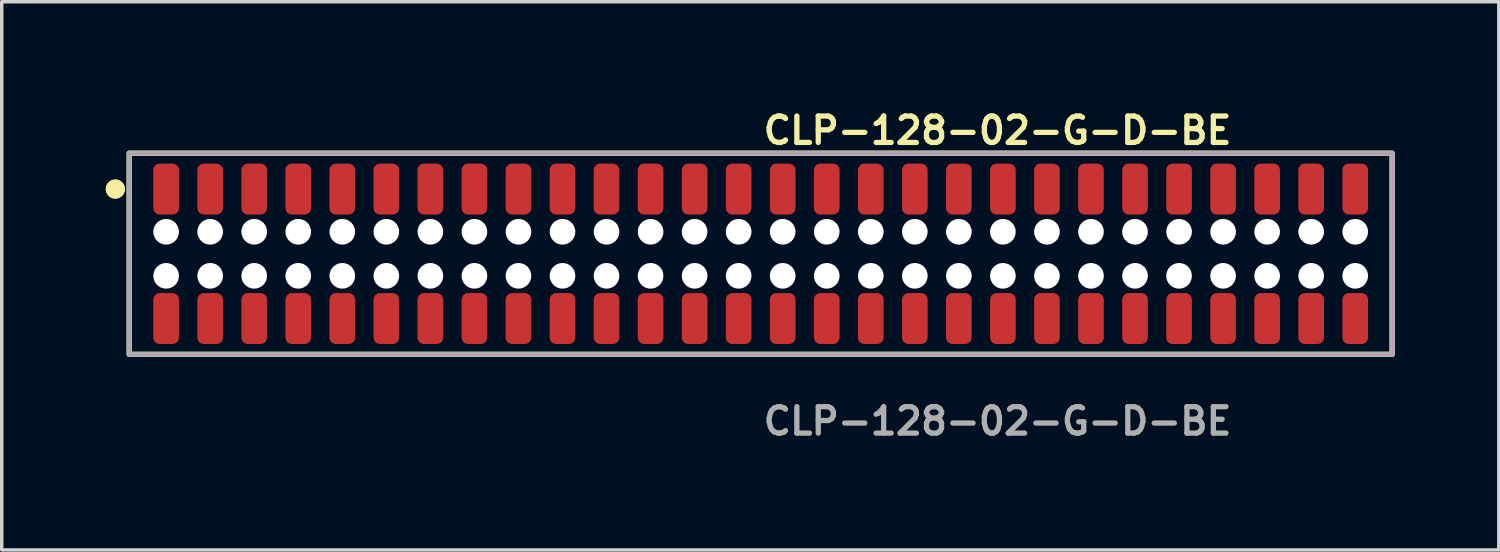
<source format=kicad_pcb>
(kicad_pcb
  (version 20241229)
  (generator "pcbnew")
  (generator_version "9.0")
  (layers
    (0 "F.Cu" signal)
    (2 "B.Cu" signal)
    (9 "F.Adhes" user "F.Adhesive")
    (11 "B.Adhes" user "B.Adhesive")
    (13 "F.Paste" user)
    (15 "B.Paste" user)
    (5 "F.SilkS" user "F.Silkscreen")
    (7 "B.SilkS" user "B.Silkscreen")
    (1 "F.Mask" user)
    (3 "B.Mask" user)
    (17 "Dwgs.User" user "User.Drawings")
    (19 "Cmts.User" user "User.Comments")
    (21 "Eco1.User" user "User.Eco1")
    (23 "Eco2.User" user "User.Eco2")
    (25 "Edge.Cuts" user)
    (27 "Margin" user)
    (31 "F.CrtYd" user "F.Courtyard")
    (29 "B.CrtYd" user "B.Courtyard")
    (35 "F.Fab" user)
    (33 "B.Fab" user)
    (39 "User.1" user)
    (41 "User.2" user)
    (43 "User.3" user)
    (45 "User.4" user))
  (footprint "CLP-128-02-G-D-BE"
    (layer "F.Cu")
    (at 18.886 4.269)
    (property "Reference" "CLP-128-02-G-D-BE" (at 0 -3.556 0) (unlocked yes) (layer "F.SilkS") (effects (font (size 0.762 0.762) (thickness 0.152)) (justify left)))
    (fp_rect (start -18.21 2.9) (end 18.21 -2.9) (stroke (width 0.152) (type solid)) (fill no) (layer "F.SilkS"))
    (fp_circle (center -18.61 -1.867) (end -18.81 -1.867) (stroke (width 0.152) (type solid)) (fill yes) (layer "F.SilkS"))
    (fp_circle (center -18.61 -1.867) (end -18.81 -1.867) (stroke (width 0.152) (type solid)) (fill yes) (layer "F.SilkS"))
    (fp_rect (start -18.21 2.9) (end 18.21 -2.9) (stroke (width 0.006) (type solid)) (fill no) (layer "F.CrtYd"))
    (fp_rect (start -18.21 2.9) (end 18.21 -2.9) (stroke (width 0.152) (type solid)) (fill no) (layer "F.Fab"))
    (fp_text user "${REFERENCE}" (at 0 4.826 0) (unlocked yes) (layer "F.Fab") (effects (font (size 0.762 0.762) (thickness 0.152)) (justify left)))
    (pad "" np_thru_hole circle (at -17.145 -0.635) (size 0.74 0.74) (drill 0.74) (layers "*.Cu" "*.Mask"))
    (pad "" np_thru_hole circle (at -17.145 0.635) (size 0.74 0.74) (drill 0.74) (layers "*.Cu" "*.Mask"))
    (pad "" np_thru_hole circle (at -15.875 -0.635) (size 0.74 0.74) (drill 0.74) (layers "*.Cu" "*.Mask"))
    (pad "" np_thru_hole circle (at -15.875 0.635) (size 0.74 0.74) (drill 0.74) (layers "*.Cu" "*.Mask"))
    (pad "" np_thru_hole circle (at -14.605 -0.635) (size 0.74 0.74) (drill 0.74) (layers "*.Cu" "*.Mask"))
    (pad "" np_thru_hole circle (at -14.605 0.635) (size 0.74 0.74) (drill 0.74) (layers "*.Cu" "*.Mask"))
    (pad "" np_thru_hole circle (at -13.335 -0.635) (size 0.74 0.74) (drill 0.74) (layers "*.Cu" "*.Mask"))
    (pad "" np_thru_hole circle (at -13.335 0.635) (size 0.74 0.74) (drill 0.74) (layers "*.Cu" "*.Mask"))
    (pad "" np_thru_hole circle (at -12.065 -0.635) (size 0.74 0.74) (drill 0.74) (layers "*.Cu" "*.Mask"))
    (pad "" np_thru_hole circle (at -12.065 0.635) (size 0.74 0.74) (drill 0.74) (layers "*.Cu" "*.Mask"))
    (pad "" np_thru_hole circle (at -10.795 -0.635) (size 0.74 0.74) (drill 0.74) (layers "*.Cu" "*.Mask"))
    (pad "" np_thru_hole circle (at -10.795 0.635) (size 0.74 0.74) (drill 0.74) (layers "*.Cu" "*.Mask"))
    (pad "" np_thru_hole circle (at -9.525 -0.635) (size 0.74 0.74) (drill 0.74) (layers "*.Cu" "*.Mask"))
    (pad "" np_thru_hole circle (at -9.525 0.635) (size 0.74 0.74) (drill 0.74) (layers "*.Cu" "*.Mask"))
    (pad "" np_thru_hole circle (at -8.255 -0.635) (size 0.74 0.74) (drill 0.74) (layers "*.Cu" "*.Mask"))
    (pad "" np_thru_hole circle (at -8.255 0.635) (size 0.74 0.74) (drill 0.74) (layers "*.Cu" "*.Mask"))
    (pad "" np_thru_hole circle (at -6.985 -0.635) (size 0.74 0.74) (drill 0.74) (layers "*.Cu" "*.Mask"))
    (pad "" np_thru_hole circle (at -6.985 0.635) (size 0.74 0.74) (drill 0.74) (layers "*.Cu" "*.Mask"))
    (pad "" np_thru_hole circle (at -5.715 -0.635) (size 0.74 0.74) (drill 0.74) (layers "*.Cu" "*.Mask"))
    (pad "" np_thru_hole circle (at -5.715 0.635) (size 0.74 0.74) (drill 0.74) (layers "*.Cu" "*.Mask"))
    (pad "" np_thru_hole circle (at -4.445 -0.635) (size 0.74 0.74) (drill 0.74) (layers "*.Cu" "*.Mask"))
    (pad "" np_thru_hole circle (at -4.445 0.635) (size 0.74 0.74) (drill 0.74) (layers "*.Cu" "*.Mask"))
    (pad "" np_thru_hole circle (at -3.175 -0.635) (size 0.74 0.74) (drill 0.74) (layers "*.Cu" "*.Mask"))
    (pad "" np_thru_hole circle (at -3.175 0.635) (size 0.74 0.74) (drill 0.74) (layers "*.Cu" "*.Mask"))
    (pad "" np_thru_hole circle (at -1.905 -0.635) (size 0.74 0.74) (drill 0.74) (layers "*.Cu" "*.Mask"))
    (pad "" np_thru_hole circle (at -1.905 0.635) (size 0.74 0.74) (drill 0.74) (layers "*.Cu" "*.Mask"))
    (pad "" np_thru_hole circle (at -0.635 -0.635) (size 0.74 0.74) (drill 0.74) (layers "*.Cu" "*.Mask"))
    (pad "" np_thru_hole circle (at -0.635 0.635) (size 0.74 0.74) (drill 0.74) (layers "*.Cu" "*.Mask"))
    (pad "" np_thru_hole circle (at 0.635 -0.635) (size 0.74 0.74) (drill 0.74) (layers "*.Cu" "*.Mask"))
    (pad "" np_thru_hole circle (at 0.635 0.635) (size 0.74 0.74) (drill 0.74) (layers "*.Cu" "*.Mask"))
    (pad "" np_thru_hole circle (at 1.905 -0.635) (size 0.74 0.74) (drill 0.74) (layers "*.Cu" "*.Mask"))
    (pad "" np_thru_hole circle (at 1.905 0.635) (size 0.74 0.74) (drill 0.74) (layers "*.Cu" "*.Mask"))
    (pad "" np_thru_hole circle (at 3.175 -0.635) (size 0.74 0.74) (drill 0.74) (layers "*.Cu" "*.Mask"))
    (pad "" np_thru_hole circle (at 3.175 0.635) (size 0.74 0.74) (drill 0.74) (layers "*.Cu" "*.Mask"))
    (pad "" np_thru_hole circle (at 4.445 -0.635) (size 0.74 0.74) (drill 0.74) (layers "*.Cu" "*.Mask"))
    (pad "" np_thru_hole circle (at 4.445 0.635) (size 0.74 0.74) (drill 0.74) (layers "*.Cu" "*.Mask"))
    (pad "" np_thru_hole circle (at 5.715 -0.635) (size 0.74 0.74) (drill 0.74) (layers "*.Cu" "*.Mask"))
    (pad "" np_thru_hole circle (at 5.715 0.635) (size 0.74 0.74) (drill 0.74) (layers "*.Cu" "*.Mask"))
    (pad "" np_thru_hole circle (at 6.985 -0.635) (size 0.74 0.74) (drill 0.74) (layers "*.Cu" "*.Mask"))
    (pad "" np_thru_hole circle (at 6.985 0.635) (size 0.74 0.74) (drill 0.74) (layers "*.Cu" "*.Mask"))
    (pad "" np_thru_hole circle (at 8.255 -0.635) (size 0.74 0.74) (drill 0.74) (layers "*.Cu" "*.Mask"))
    (pad "" np_thru_hole circle (at 8.255 0.635) (size 0.74 0.74) (drill 0.74) (layers "*.Cu" "*.Mask"))
    (pad "" np_thru_hole circle (at 9.525 -0.635) (size 0.74 0.74) (drill 0.74) (layers "*.Cu" "*.Mask"))
    (pad "" np_thru_hole circle (at 9.525 0.635) (size 0.74 0.74) (drill 0.74) (layers "*.Cu" "*.Mask"))
    (pad "" np_thru_hole circle (at 10.795 -0.635) (size 0.74 0.74) (drill 0.74) (layers "*.Cu" "*.Mask"))
    (pad "" np_thru_hole circle (at 10.795 0.635) (size 0.74 0.74) (drill 0.74) (layers "*.Cu" "*.Mask"))
    (pad "" np_thru_hole circle (at 12.065 -0.635) (size 0.74 0.74) (drill 0.74) (layers "*.Cu" "*.Mask"))
    (pad "" np_thru_hole circle (at 12.065 0.635) (size 0.74 0.74) (drill 0.74) (layers "*.Cu" "*.Mask"))
    (pad "" np_thru_hole circle (at 13.335 -0.635) (size 0.74 0.74) (drill 0.74) (layers "*.Cu" "*.Mask"))
    (pad "" np_thru_hole circle (at 13.335 0.635) (size 0.74 0.74) (drill 0.74) (layers "*.Cu" "*.Mask"))
    (pad "" np_thru_hole circle (at 14.605 -0.635) (size 0.74 0.74) (drill 0.74) (layers "*.Cu" "*.Mask"))
    (pad "" np_thru_hole circle (at 14.605 0.635) (size 0.74 0.74) (drill 0.74) (layers "*.Cu" "*.Mask"))
    (pad "" np_thru_hole circle (at 15.875 -0.635) (size 0.74 0.74) (drill 0.74) (layers "*.Cu" "*.Mask"))
    (pad "" np_thru_hole circle (at 15.875 0.635) (size 0.74 0.74) (drill 0.74) (layers "*.Cu" "*.Mask"))
    (pad "" np_thru_hole circle (at 17.145 -0.635) (size 0.74 0.74) (drill 0.74) (layers "*.Cu" "*.Mask"))
    (pad "" np_thru_hole circle (at 17.145 0.635) (size 0.74 0.74) (drill 0.74) (layers "*.Cu" "*.Mask"))
    (pad "1" smd roundrect (at -17.145 -1.867) (size 0.74 1.47) (layers "F.Cu" "F.Paste") (roundrect_rratio 0.25))
    (pad "2" smd roundrect (at -17.145 1.867) (size 0.74 1.47) (layers "F.Cu" "F.Paste") (roundrect_rratio 0.25))
    (pad "3" smd roundrect (at -15.875 -1.867) (size 0.74 1.47) (layers "F.Cu" "F.Paste") (roundrect_rratio 0.25))
    (pad "4" smd roundrect (at -15.875 1.867) (size 0.74 1.47) (layers "F.Cu" "F.Paste") (roundrect_rratio 0.25))
    (pad "5" smd roundrect (at -14.605 -1.867) (size 0.74 1.47) (layers "F.Cu" "F.Paste") (roundrect_rratio 0.25))
    (pad "6" smd roundrect (at -14.605 1.867) (size 0.74 1.47) (layers "F.Cu" "F.Paste") (roundrect_rratio 0.25))
    (pad "7" smd roundrect (at -13.335 -1.867) (size 0.74 1.47) (layers "F.Cu" "F.Paste") (roundrect_rratio 0.25))
    (pad "8" smd roundrect (at -13.335 1.867) (size 0.74 1.47) (layers "F.Cu" "F.Paste") (roundrect_rratio 0.25))
    (pad "9" smd roundrect (at -12.065 -1.867) (size 0.74 1.47) (layers "F.Cu" "F.Paste") (roundrect_rratio 0.25))
    (pad "10" smd roundrect (at -12.065 1.867) (size 0.74 1.47) (layers "F.Cu" "F.Paste") (roundrect_rratio 0.25))
    (pad "11" smd roundrect (at -10.795 -1.867) (size 0.74 1.47) (layers "F.Cu" "F.Paste") (roundrect_rratio 0.25))
    (pad "12" smd roundrect (at -10.795 1.867) (size 0.74 1.47) (layers "F.Cu" "F.Paste") (roundrect_rratio 0.25))
    (pad "13" smd roundrect (at -9.525 -1.867) (size 0.74 1.47) (layers "F.Cu" "F.Paste") (roundrect_rratio 0.25))
    (pad "14" smd roundrect (at -9.525 1.867) (size 0.74 1.47) (layers "F.Cu" "F.Paste") (roundrect_rratio 0.25))
    (pad "15" smd roundrect (at -8.255 -1.867) (size 0.74 1.47) (layers "F.Cu" "F.Paste") (roundrect_rratio 0.25))
    (pad "16" smd roundrect (at -8.255 1.867) (size 0.74 1.47) (layers "F.Cu" "F.Paste") (roundrect_rratio 0.25))
    (pad "17" smd roundrect (at -6.985 -1.867) (size 0.74 1.47) (layers "F.Cu" "F.Paste") (roundrect_rratio 0.25))
    (pad "18" smd roundrect (at -6.985 1.867) (size 0.74 1.47) (layers "F.Cu" "F.Paste") (roundrect_rratio 0.25))
    (pad "19" smd roundrect (at -5.715 -1.867) (size 0.74 1.47) (layers "F.Cu" "F.Paste") (roundrect_rratio 0.25))
    (pad "20" smd roundrect (at -5.715 1.867) (size 0.74 1.47) (layers "F.Cu" "F.Paste") (roundrect_rratio 0.25))
    (pad "21" smd roundrect (at -4.445 -1.867) (size 0.74 1.47) (layers "F.Cu" "F.Paste") (roundrect_rratio 0.25))
    (pad "22" smd roundrect (at -4.445 1.867) (size 0.74 1.47) (layers "F.Cu" "F.Paste") (roundrect_rratio 0.25))
    (pad "23" smd roundrect (at -3.175 -1.867) (size 0.74 1.47) (layers "F.Cu" "F.Paste") (roundrect_rratio 0.25))
    (pad "24" smd roundrect (at -3.175 1.867) (size 0.74 1.47) (layers "F.Cu" "F.Paste") (roundrect_rratio 0.25))
    (pad "25" smd roundrect (at -1.905 -1.867) (size 0.74 1.47) (layers "F.Cu" "F.Paste") (roundrect_rratio 0.25))
    (pad "26" smd roundrect (at -1.905 1.867) (size 0.74 1.47) (layers "F.Cu" "F.Paste") (roundrect_rratio 0.25))
    (pad "27" smd roundrect (at -0.635 -1.867) (size 0.74 1.47) (layers "F.Cu" "F.Paste") (roundrect_rratio 0.25))
    (pad "28" smd roundrect (at -0.635 1.867) (size 0.74 1.47) (layers "F.Cu" "F.Paste") (roundrect_rratio 0.25))
    (pad "29" smd roundrect (at 0.635 -1.867) (size 0.74 1.47) (layers "F.Cu" "F.Paste") (roundrect_rratio 0.25))
    (pad "30" smd roundrect (at 0.635 1.867) (size 0.74 1.47) (layers "F.Cu" "F.Paste") (roundrect_rratio 0.25))
    (pad "31" smd roundrect (at 1.905 -1.867) (size 0.74 1.47) (layers "F.Cu" "F.Paste") (roundrect_rratio 0.25))
    (pad "32" smd roundrect (at 1.905 1.867) (size 0.74 1.47) (layers "F.Cu" "F.Paste") (roundrect_rratio 0.25))
    (pad "33" smd roundrect (at 3.175 -1.867) (size 0.74 1.47) (layers "F.Cu" "F.Paste") (roundrect_rratio 0.25))
    (pad "34" smd roundrect (at 3.175 1.867) (size 0.74 1.47) (layers "F.Cu" "F.Paste") (roundrect_rratio 0.25))
    (pad "35" smd roundrect (at 4.445 -1.867) (size 0.74 1.47) (layers "F.Cu" "F.Paste") (roundrect_rratio 0.25))
    (pad "36" smd roundrect (at 4.445 1.867) (size 0.74 1.47) (layers "F.Cu" "F.Paste") (roundrect_rratio 0.25))
    (pad "37" smd roundrect (at 5.715 -1.867) (size 0.74 1.47) (layers "F.Cu" "F.Paste") (roundrect_rratio 0.25))
    (pad "38" smd roundrect (at 5.715 1.867) (size 0.74 1.47) (layers "F.Cu" "F.Paste") (roundrect_rratio 0.25))
    (pad "39" smd roundrect (at 6.985 -1.867) (size 0.74 1.47) (layers "F.Cu" "F.Paste") (roundrect_rratio 0.25))
    (pad "40" smd roundrect (at 6.985 1.867) (size 0.74 1.47) (layers "F.Cu" "F.Paste") (roundrect_rratio 0.25))
    (pad "41" smd roundrect (at 8.255 -1.867) (size 0.74 1.47) (layers "F.Cu" "F.Paste") (roundrect_rratio 0.25))
    (pad "42" smd roundrect (at 8.255 1.867) (size 0.74 1.47) (layers "F.Cu" "F.Paste") (roundrect_rratio 0.25))
    (pad "43" smd roundrect (at 9.525 -1.867) (size 0.74 1.47) (layers "F.Cu" "F.Paste") (roundrect_rratio 0.25))
    (pad "44" smd roundrect (at 9.525 1.867) (size 0.74 1.47) (layers "F.Cu" "F.Paste") (roundrect_rratio 0.25))
    (pad "45" smd roundrect (at 10.795 -1.867) (size 0.74 1.47) (layers "F.Cu" "F.Paste") (roundrect_rratio 0.25))
    (pad "46" smd roundrect (at 10.795 1.867) (size 0.74 1.47) (layers "F.Cu" "F.Paste") (roundrect_rratio 0.25))
    (pad "47" smd roundrect (at 12.065 -1.867) (size 0.74 1.47) (layers "F.Cu" "F.Paste") (roundrect_rratio 0.25))
    (pad "48" smd roundrect (at 12.065 1.867) (size 0.74 1.47) (layers "F.Cu" "F.Paste") (roundrect_rratio 0.25))
    (pad "49" smd roundrect (at 13.335 -1.867) (size 0.74 1.47) (layers "F.Cu" "F.Paste") (roundrect_rratio 0.25))
    (pad "50" smd roundrect (at 13.335 1.867) (size 0.74 1.47) (layers "F.Cu" "F.Paste") (roundrect_rratio 0.25))
    (pad "51" smd roundrect (at 14.605 -1.867) (size 0.74 1.47) (layers "F.Cu" "F.Paste") (roundrect_rratio 0.25))
    (pad "52" smd roundrect (at 14.605 1.867) (size 0.74 1.47) (layers "F.Cu" "F.Paste") (roundrect_rratio 0.25))
    (pad "53" smd roundrect (at 15.875 -1.867) (size 0.74 1.47) (layers "F.Cu" "F.Paste") (roundrect_rratio 0.25))
    (pad "54" smd roundrect (at 15.875 1.867) (size 0.74 1.47) (layers "F.Cu" "F.Paste") (roundrect_rratio 0.25))
    (pad "55" smd roundrect (at 17.145 -1.867) (size 0.74 1.47) (layers "F.Cu" "F.Paste") (roundrect_rratio 0.25))
    (pad "56" smd roundrect (at 17.145 1.867) (size 0.74 1.47) (layers "F.Cu" "F.Paste") (roundrect_rratio 0.25)))
  (gr_rect
    (start -3 -3)
    (end 40.172 12.808)
    (stroke (width 0.1) (type default))
    (fill no)
    (layer "Edge.Cuts")))
</source>
